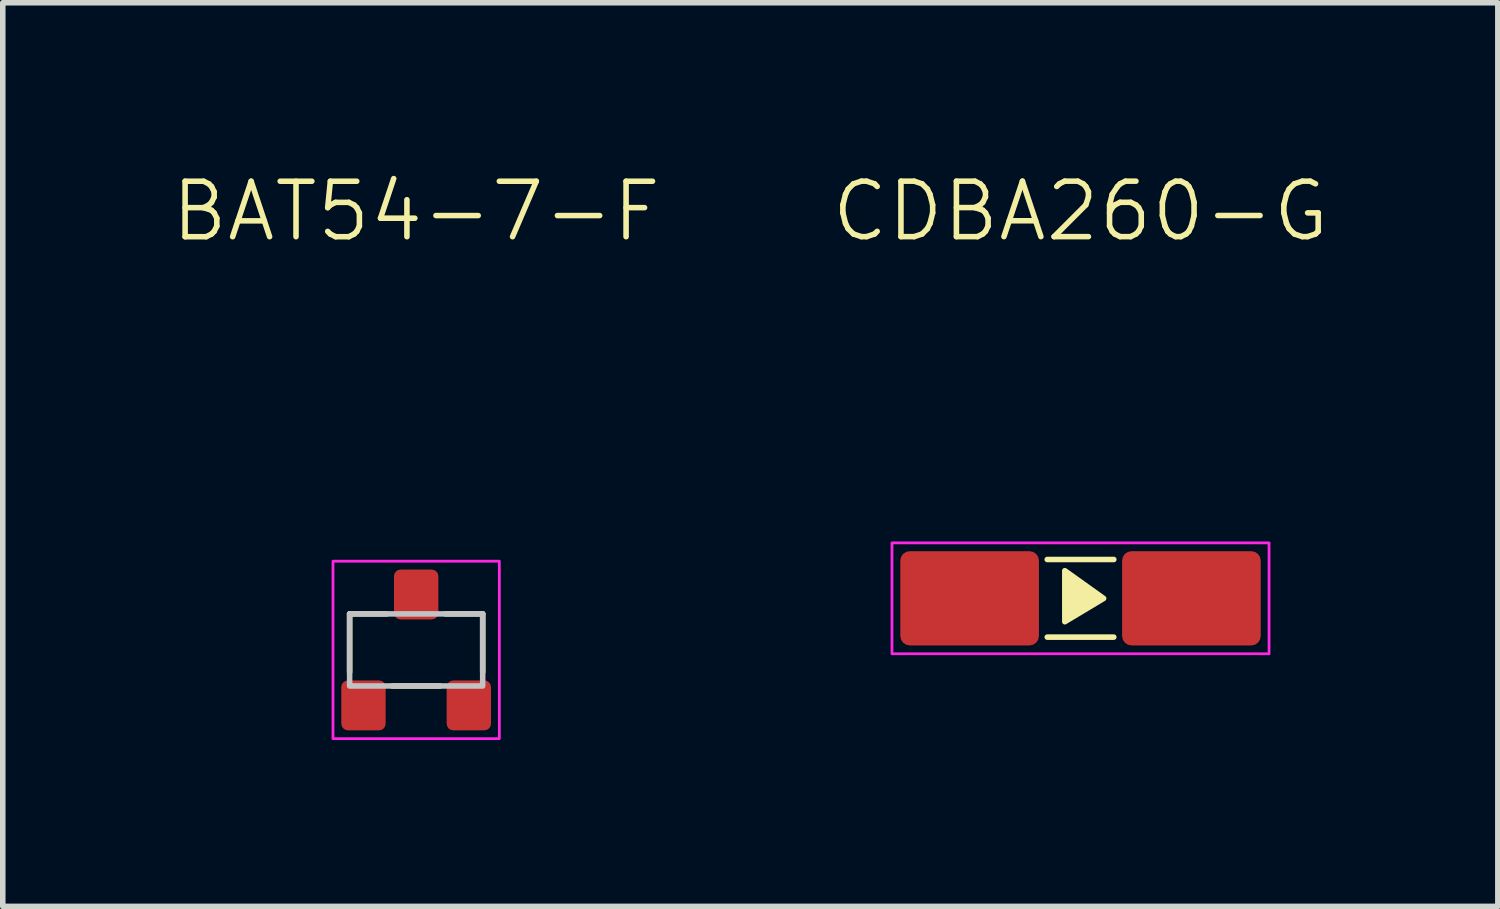
<source format=kicad_pcb>
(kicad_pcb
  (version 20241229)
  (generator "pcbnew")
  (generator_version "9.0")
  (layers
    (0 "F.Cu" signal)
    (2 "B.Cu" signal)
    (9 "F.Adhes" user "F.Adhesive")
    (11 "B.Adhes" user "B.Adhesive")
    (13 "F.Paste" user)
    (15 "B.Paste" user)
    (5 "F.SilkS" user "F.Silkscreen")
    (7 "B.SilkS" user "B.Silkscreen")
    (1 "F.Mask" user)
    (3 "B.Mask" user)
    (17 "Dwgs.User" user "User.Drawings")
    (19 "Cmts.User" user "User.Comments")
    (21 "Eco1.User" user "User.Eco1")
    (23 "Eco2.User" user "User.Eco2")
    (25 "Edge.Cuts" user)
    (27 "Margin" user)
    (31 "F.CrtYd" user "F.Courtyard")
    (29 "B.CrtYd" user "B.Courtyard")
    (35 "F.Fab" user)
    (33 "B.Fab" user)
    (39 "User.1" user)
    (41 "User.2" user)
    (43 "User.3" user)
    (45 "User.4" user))
  (footprint "CDBA260-G"
    (layer "F.Cu")
    (at 16.436 7.74)
    (property "Reference" "CDBA260-G" (at 0 -6.98 0) (unlocked yes) (layer "F.SilkS") (effects (font (size 1 1) (thickness 0.1))))
    (attr smd)
    (fp_line (start -0.6 -0.7) (end 0.6 -0.7) (stroke (width 0.1) (type default)) (layer "F.SilkS"))
    (fp_line (start -0.6 0.7) (end 0.6 0.7) (stroke (width 0.1) (type default)) (layer "F.SilkS"))
    (fp_poly (pts (xy -0.283 -0.498) (xy -0.283 0.422) (xy 0.417 0.002)) (stroke (width 0.1) (type solid)) (fill yes) (layer "F.SilkS"))
    (fp_rect (start -3.4 -1) (end 3.4 1) (stroke (width 0.05) (type default)) (fill no) (layer "F.CrtYd"))
    (pad "1" smd roundrect (at -2 0) (size 2.5 1.7) (layers "F.Cu" "F.Mask" "F.Paste") (roundrect_rratio 0.1))
    (pad "2" smd roundrect (at 2 0) (size 2.5 1.7) (layers "F.Cu" "F.Mask" "F.Paste") (roundrect_rratio 0.1)))
  (footprint "BAT54-7-F"
    (layer "F.Cu")
    (at 4.455 8.671)
    (property "Reference" "BAT54-7-F" (at 0 -7.91 0) (unlocked yes) (layer "F.SilkS") (effects (font (size 1 1) (thickness 0.1))))
    (attr smd)
    (fp_line (start -1.2 -0.65) (end -1.2 0.4) (stroke (width 0.1) (type default)) (layer "F.SilkS"))
    (fp_line (start -1.2 -0.65) (end -0.53 -0.65) (stroke (width 0.1) (type default)) (layer "F.SilkS"))
    (fp_line (start -0.43 0.65) (end 0.43 0.65) (stroke (width 0.1) (type default)) (layer "F.SilkS"))
    (fp_line (start 0.53 -0.65) (end 1.2 -0.65) (stroke (width 0.1) (type default)) (layer "F.SilkS"))
    (fp_line (start 1.2 -0.65) (end 1.2 0.4) (stroke (width 0.1) (type default)) (layer "F.SilkS"))
    (fp_rect (start -1.2 -0.65) (end 1.2 0.65) (stroke (width 0.1) (type default)) (fill no) (layer "Dwgs.User"))
    (fp_rect (start -1.5 -1.6) (end 1.5 1.6) (stroke (width 0.05) (type default)) (fill no) (layer "F.CrtYd"))
    (pad "1" smd roundrect (at -0.95 1) (size 0.8 0.9) (layers "F.Cu" "F.Mask" "F.Paste") (roundrect_rratio 0.15))
    (pad "2" smd roundrect (at 0.95 1) (size 0.8 0.9) (layers "F.Cu" "F.Mask" "F.Paste") (roundrect_rratio 0.15))
    (pad "3" smd roundrect (at 0 -1) (size 0.8 0.9) (layers "F.Cu" "F.Mask" "F.Paste") (roundrect_rratio 0.15)))
  (gr_rect
    (start -3 -3)
    (end 23.962 13.296)
    (stroke (width 0.1) (type default))
    (fill no)
    (layer "Edge.Cuts")))
</source>
